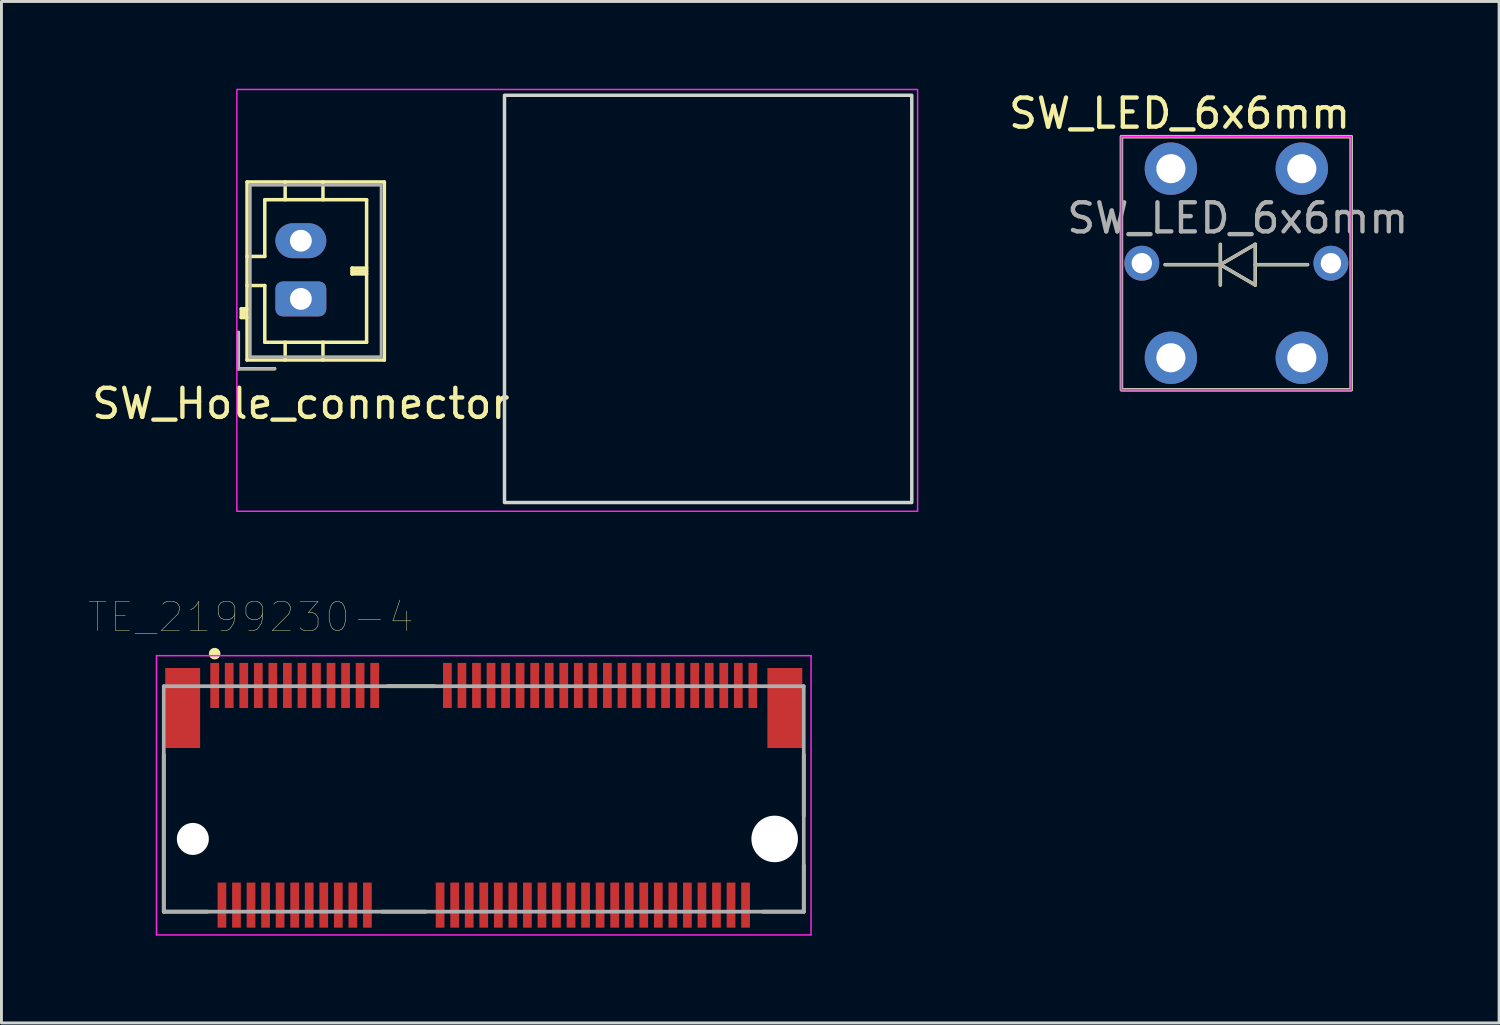
<source format=kicad_pcb>
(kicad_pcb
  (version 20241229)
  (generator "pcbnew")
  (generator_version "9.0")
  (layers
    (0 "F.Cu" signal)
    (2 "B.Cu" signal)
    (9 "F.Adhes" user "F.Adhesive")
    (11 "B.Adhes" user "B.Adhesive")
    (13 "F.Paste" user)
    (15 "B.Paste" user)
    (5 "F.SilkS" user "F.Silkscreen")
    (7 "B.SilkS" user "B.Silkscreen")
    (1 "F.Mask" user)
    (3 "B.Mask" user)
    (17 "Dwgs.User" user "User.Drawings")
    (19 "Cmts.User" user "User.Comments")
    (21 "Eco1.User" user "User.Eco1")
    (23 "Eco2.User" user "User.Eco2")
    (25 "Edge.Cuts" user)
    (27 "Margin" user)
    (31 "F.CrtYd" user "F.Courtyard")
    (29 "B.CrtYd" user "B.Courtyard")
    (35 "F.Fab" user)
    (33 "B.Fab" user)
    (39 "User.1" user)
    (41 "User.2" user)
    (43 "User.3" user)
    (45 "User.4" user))
  (footprint "SW_LED_6x6mm"
    (layer "F.Cu")
    (at 37.199 9.248)
    (property "Reference" "SW_LED_6x6mm" (at 0.3 -8.4 0) (unlocked yes) (layer "F.SilkS") (effects (font (size 1 1) (thickness 0.15))))
    (attr through_hole)
    (fp_line (start -0.2 -3.2) (end 1.7 -3.2) (stroke (width 0.12) (type solid)) (layer "F.SilkS"))
    (fp_line (start 1.7 -3.9) (end 1.7 -2.5) (stroke (width 0.12) (type solid)) (layer "F.SilkS"))
    (fp_line (start 1.7 -3.2) (end 2.9 -3.9) (stroke (width 0.12) (type solid)) (layer "F.SilkS"))
    (fp_line (start 2.9 -3.9) (end 2.9 -2.5) (stroke (width 0.12) (type solid)) (layer "F.SilkS"))
    (fp_line (start 2.9 -3.2) (end 4.7 -3.2) (stroke (width 0.12) (type solid)) (layer "F.SilkS"))
    (fp_line (start 2.9 -2.5) (end 1.7 -3.2) (stroke (width 0.12) (type solid)) (layer "F.SilkS"))
    (fp_rect (start -1.7 -7.6) (end 6.2 1.1) (stroke (width 0.12) (type solid)) (fill no) (layer "F.SilkS"))
    (fp_rect (start -1.7 1.1) (end 6.2 -7.6) (stroke (width 0.05) (type solid)) (fill no) (layer "F.CrtYd"))
    (fp_line (start 1.7 -3.9) (end 1.7 -2.5) (stroke (width 0.1) (type solid)) (layer "F.Fab"))
    (fp_line (start 1.7 -3.2) (end -0.2 -3.2) (stroke (width 0.1) (type solid)) (layer "F.Fab"))
    (fp_line (start 1.7 -3.2) (end 2.9 -2.5) (stroke (width 0.1) (type solid)) (layer "F.Fab"))
    (fp_line (start 2.9 -3.9) (end 1.7 -3.2) (stroke (width 0.1) (type solid)) (layer "F.Fab"))
    (fp_line (start 2.9 -3.2) (end 4.7 -3.2) (stroke (width 0.1) (type solid)) (layer "F.Fab"))
    (fp_line (start 2.9 -2.5) (end 2.9 -3.9) (stroke (width 0.1) (type solid)) (layer "F.Fab"))
    (fp_rect (start -1.7 -7.6) (end 6.2 1.1) (stroke (width 0.1) (type solid)) (fill no) (layer "F.Fab"))
    (fp_text user "${REFERENCE}" (at 2.3 -4.8 0) (unlocked yes) (layer "F.Fab") (effects (font (size 1 1) (thickness 0.15))))
    (pad "1" thru_hole circle (at 0 0) (size 1.8 1.8) (drill 1) (layers "*.Cu" "*.Mask"))
    (pad "1" thru_hole circle (at 4.5 0) (size 1.8 1.8) (drill 1) (layers "*.Cu" "*.Mask"))
    (pad "2" thru_hole circle (at 0 -6.5) (size 1.8 1.8) (drill 1) (layers "*.Cu" "*.Mask"))
    (pad "2" thru_hole circle (at 4.5 -6.5) (size 1.8 1.8) (drill 1) (layers "*.Cu" "*.Mask"))
    (pad "3" thru_hole circle (at -1 -3.25) (size 1.2 1.2) (drill 0.7) (layers "*.Cu" "*.Mask"))
    (pad "4" thru_hole circle (at 5.5 -3.25) (size 1.2 1.2) (drill 0.7) (layers "*.Cu" "*.Mask")))
  (footprint "SW_Hole_connector"
    (layer "F.Cu")
    (at 7.292 7.225)
    (property "Reference" "SW_Hole_connector" (at 0 3.6 0) (unlocked yes) (layer "F.SilkS") (effects (font (size 1 1) (thickness 0.15))))
    (attr through_hole)
    (fp_line (start -2.15 1.15) (end -2.15 2.4) (stroke (width 0.12) (type solid)) (layer "F.SilkS"))
    (fp_line (start -2.15 2.4) (end -0.9 2.4) (stroke (width 0.12) (type solid)) (layer "F.SilkS"))
    (fp_line (start -2.05 0.34) (end -2.05 0.64) (stroke (width 0.12) (type solid)) (layer "F.SilkS"))
    (fp_line (start -2.05 0.64) (end -1.85 0.64) (stroke (width 0.12) (type solid)) (layer "F.SilkS"))
    (fp_line (start -1.95 0.34) (end -1.95 0.64) (stroke (width 0.12) (type solid)) (layer "F.SilkS"))
    (fp_line (start -1.85 -4.02) (end -1.85 2.1) (stroke (width 0.12) (type solid)) (layer "F.SilkS"))
    (fp_line (start -1.85 -0.46) (end -1.24 -0.46) (stroke (width 0.12) (type solid)) (layer "F.SilkS"))
    (fp_line (start -1.85 0.34) (end -2.05 0.34) (stroke (width 0.12) (type solid)) (layer "F.SilkS"))
    (fp_line (start -1.85 2.1) (end 2.87 2.1) (stroke (width 0.12) (type solid)) (layer "F.SilkS"))
    (fp_line (start -1.24 -3.41) (end -1.24 -1.46) (stroke (width 0.12) (type solid)) (layer "F.SilkS"))
    (fp_line (start -1.24 -1.46) (end -1.85 -1.46) (stroke (width 0.12) (type solid)) (layer "F.SilkS"))
    (fp_line (start -1.24 -0.46) (end -1.24 1.49) (stroke (width 0.12) (type solid)) (layer "F.SilkS"))
    (fp_line (start -1.24 1.49) (end 2.26 1.49) (stroke (width 0.12) (type solid)) (layer "F.SilkS"))
    (fp_line (start -0.54 -4.02) (end -0.54 -3.41) (stroke (width 0.12) (type solid)) (layer "F.SilkS"))
    (fp_line (start -0.54 2.1) (end -0.54 1.49) (stroke (width 0.12) (type solid)) (layer "F.SilkS"))
    (fp_line (start 0.76 -4.02) (end 0.76 -3.41) (stroke (width 0.12) (type solid)) (layer "F.SilkS"))
    (fp_line (start 0.76 2.1) (end 0.76 1.49) (stroke (width 0.12) (type solid)) (layer "F.SilkS"))
    (fp_line (start 1.76 -1.06) (end 2.26 -1.06) (stroke (width 0.12) (type solid)) (layer "F.SilkS"))
    (fp_line (start 1.76 -0.86) (end 1.76 -1.06) (stroke (width 0.12) (type solid)) (layer "F.SilkS"))
    (fp_line (start 2.26 -3.41) (end -1.24 -3.41) (stroke (width 0.12) (type solid)) (layer "F.SilkS"))
    (fp_line (start 2.26 -0.96) (end 1.76 -0.96) (stroke (width 0.12) (type solid)) (layer "F.SilkS"))
    (fp_line (start 2.26 -0.86) (end 1.76 -0.86) (stroke (width 0.12) (type solid)) (layer "F.SilkS"))
    (fp_line (start 2.26 1.49) (end 2.26 -3.41) (stroke (width 0.12) (type solid)) (layer "F.SilkS"))
    (fp_line (start 2.87 -4.02) (end -1.85 -4.02) (stroke (width 0.12) (type solid)) (layer "F.SilkS"))
    (fp_line (start 2.87 2.1) (end 2.87 -4.02) (stroke (width 0.12) (type solid)) (layer "F.SilkS"))
    (fp_rect (start 7 7) (end 21 -7) (stroke (width 0.12) (type solid)) (fill no) (layer "Edge.Cuts"))
    (fp_rect (start 21.2 7.3) (end -2.2 -7.2) (stroke (width 0.05) (type solid)) (fill no) (layer "F.CrtYd"))
    (fp_line (start -2.15 1.15) (end -2.15 2.4) (stroke (width 0.1) (type solid)) (layer "F.Fab"))
    (fp_line (start -2.15 2.4) (end -0.9 2.4) (stroke (width 0.1) (type solid)) (layer "F.Fab"))
    (fp_line (start -1.74 -3.91) (end -1.74 1.99) (stroke (width 0.1) (type solid)) (layer "F.Fab"))
    (fp_line (start -1.74 1.99) (end 2.76 1.99) (stroke (width 0.1) (type solid)) (layer "F.Fab"))
    (fp_line (start 2.76 -3.91) (end -1.74 -3.91) (stroke (width 0.1) (type solid)) (layer "F.Fab"))
    (fp_line (start 2.76 1.99) (end 2.76 -3.91) (stroke (width 0.1) (type solid)) (layer "F.Fab"))
    (pad "1" thru_hole roundrect (at 0 0 90) (size 1.2 1.75) (drill 0.75) (layers "*.Cu" "*.Mask") (roundrect_rratio 0.208))
    (pad "2" thru_hole oval (at 0 -2 90) (size 1.2 1.75) (drill 0.75) (layers "*.Cu" "*.Mask")))
  (footprint "TE_2199230-4"
    (layer "F.Cu")
    (at 13.579 24.413)
    (property "Reference" "TE_2199230-4" (at -8.008 -6.251 0) (layer "F.SilkS") (effects (font (size 1.001 1.001) (thickness 0.015))))
    (attr through_hole)
    (fp_line (start -11 -1.525) (end -11 3.875) (stroke (width 0.127) (type solid)) (layer "F.SilkS"))
    (fp_line (start -11 3.875) (end -9.5 3.875) (stroke (width 0.127) (type solid)) (layer "F.SilkS"))
    (fp_line (start -3.5 3.875) (end -2 3.875) (stroke (width 0.127) (type solid)) (layer "F.SilkS"))
    (fp_line (start -3.3 -3.875) (end -1.7 -3.875) (stroke (width 0.127) (type solid)) (layer "F.SilkS"))
    (fp_line (start 9.6 3.875) (end 11 3.875) (stroke (width 0.127) (type solid)) (layer "F.SilkS"))
    (fp_line (start 11 -1.525) (end 11 0.575) (stroke (width 0.127) (type solid)) (layer "F.SilkS"))
    (fp_line (start 11 3.875) (end 11 2.275) (stroke (width 0.127) (type solid)) (layer "F.SilkS"))
    (fp_circle (center -9.25 -4.994) (end -9.15 -4.994) (stroke (width 0.2) (type solid)) (fill no) (layer "F.SilkS"))
    (fp_line (start -11.25 -4.925) (end 11.25 -4.925) (stroke (width 0.05) (type solid)) (layer "F.CrtYd"))
    (fp_line (start -11.25 4.675) (end -11.25 -4.925) (stroke (width 0.05) (type solid)) (layer "F.CrtYd"))
    (fp_line (start 11.25 -4.925) (end 11.25 4.675) (stroke (width 0.05) (type solid)) (layer "F.CrtYd"))
    (fp_line (start 11.25 4.675) (end -11.25 4.675) (stroke (width 0.05) (type solid)) (layer "F.CrtYd"))
    (fp_line (start -11 -3.875) (end 11 -3.875) (stroke (width 0.127) (type solid)) (layer "F.Fab"))
    (fp_line (start -11 3.875) (end -11 -3.875) (stroke (width 0.127) (type solid)) (layer "F.Fab"))
    (fp_line (start 11 -3.875) (end 11 3.875) (stroke (width 0.127) (type solid)) (layer "F.Fab"))
    (fp_line (start 11 3.875) (end -11 3.875) (stroke (width 0.127) (type solid)) (layer "F.Fab"))
    (pad "" np_thru_hole circle (at -10 1.375) (size 1.1 1.1) (drill 1.1) (layers "*.Cu" "*.Mask"))
    (pad "" np_thru_hole circle (at 10 1.375) (size 1.6 1.6) (drill 1.6) (layers "*.Cu" "*.Mask"))
    (pad "1" smd rect (at -9.25 -3.9) (size 0.3 1.55) (layers "F.Cu" "F.Mask" "F.Paste"))
    (pad "2" smd rect (at -9 3.65) (size 0.3 1.55) (layers "F.Cu" "F.Mask" "F.Paste"))
    (pad "3" smd rect (at -8.75 -3.9) (size 0.3 1.55) (layers "F.Cu" "F.Mask" "F.Paste"))
    (pad "4" smd rect (at -8.5 3.65) (size 0.3 1.55) (layers "F.Cu" "F.Mask" "F.Paste"))
    (pad "5" smd rect (at -8.25 -3.9) (size 0.3 1.55) (layers "F.Cu" "F.Mask" "F.Paste"))
    (pad "6" smd rect (at -8 3.65) (size 0.3 1.55) (layers "F.Cu" "F.Mask" "F.Paste"))
    (pad "7" smd rect (at -7.75 -3.9) (size 0.3 1.55) (layers "F.Cu" "F.Mask" "F.Paste"))
    (pad "8" smd rect (at -7.5 3.65) (size 0.3 1.55) (layers "F.Cu" "F.Mask" "F.Paste"))
    (pad "9" smd rect (at -7.25 -3.9) (size 0.3 1.55) (layers "F.Cu" "F.Mask" "F.Paste"))
    (pad "10" smd rect (at -7 3.65) (size 0.3 1.55) (layers "F.Cu" "F.Mask" "F.Paste"))
    (pad "11" smd rect (at -6.75 -3.9) (size 0.3 1.55) (layers "F.Cu" "F.Mask" "F.Paste"))
    (pad "12" smd rect (at -6.5 3.65) (size 0.3 1.55) (layers "F.Cu" "F.Mask" "F.Paste"))
    (pad "13" smd rect (at -6.25 -3.9) (size 0.3 1.55) (layers "F.Cu" "F.Mask" "F.Paste"))
    (pad "14" smd rect (at -6 3.65) (size 0.3 1.55) (layers "F.Cu" "F.Mask" "F.Paste"))
    (pad "15" smd rect (at -5.75 -3.9) (size 0.3 1.55) (layers "F.Cu" "F.Mask" "F.Paste"))
    (pad "16" smd rect (at -5.5 3.65) (size 0.3 1.55) (layers "F.Cu" "F.Mask" "F.Paste"))
    (pad "17" smd rect (at -5.25 -3.9) (size 0.3 1.55) (layers "F.Cu" "F.Mask" "F.Paste"))
    (pad "18" smd rect (at -5 3.65) (size 0.3 1.55) (layers "F.Cu" "F.Mask" "F.Paste"))
    (pad "19" smd rect (at -4.75 -3.9) (size 0.3 1.55) (layers "F.Cu" "F.Mask" "F.Paste"))
    (pad "20" smd rect (at -4.5 3.65) (size 0.3 1.55) (layers "F.Cu" "F.Mask" "F.Paste"))
    (pad "21" smd rect (at -4.25 -3.9) (size 0.3 1.55) (layers "F.Cu" "F.Mask" "F.Paste"))
    (pad "22" smd rect (at -4 3.65) (size 0.3 1.55) (layers "F.Cu" "F.Mask" "F.Paste"))
    (pad "23" smd rect (at -3.75 -3.9) (size 0.3 1.55) (layers "F.Cu" "F.Mask" "F.Paste"))
    (pad "32" smd rect (at -1.5 3.65) (size 0.3 1.55) (layers "F.Cu" "F.Mask" "F.Paste"))
    (pad "33" smd rect (at -1.25 -3.9) (size 0.3 1.55) (layers "F.Cu" "F.Mask" "F.Paste"))
    (pad "34" smd rect (at -1 3.65) (size 0.3 1.55) (layers "F.Cu" "F.Mask" "F.Paste"))
    (pad "35" smd rect (at -0.75 -3.9) (size 0.3 1.55) (layers "F.Cu" "F.Mask" "F.Paste"))
    (pad "36" smd rect (at -0.5 3.65) (size 0.3 1.55) (layers "F.Cu" "F.Mask" "F.Paste"))
    (pad "37" smd rect (at -0.25 -3.9) (size 0.3 1.55) (layers "F.Cu" "F.Mask" "F.Paste"))
    (pad "38" smd rect (at 0 3.65) (size 0.3 1.55) (layers "F.Cu" "F.Mask" "F.Paste"))
    (pad "39" smd rect (at 0.25 -3.9) (size 0.3 1.55) (layers "F.Cu" "F.Mask" "F.Paste"))
    (pad "40" smd rect (at 0.5 3.65) (size 0.3 1.55) (layers "F.Cu" "F.Mask" "F.Paste"))
    (pad "41" smd rect (at 0.75 -3.9) (size 0.3 1.55) (layers "F.Cu" "F.Mask" "F.Paste"))
    (pad "42" smd rect (at 1 3.65) (size 0.3 1.55) (layers "F.Cu" "F.Mask" "F.Paste"))
    (pad "43" smd rect (at 1.25 -3.9) (size 0.3 1.55) (layers "F.Cu" "F.Mask" "F.Paste"))
    (pad "44" smd rect (at 1.5 3.65) (size 0.3 1.55) (layers "F.Cu" "F.Mask" "F.Paste"))
    (pad "45" smd rect (at 1.75 -3.9) (size 0.3 1.55) (layers "F.Cu" "F.Mask" "F.Paste"))
    (pad "46" smd rect (at 2 3.65) (size 0.3 1.55) (layers "F.Cu" "F.Mask" "F.Paste"))
    (pad "47" smd rect (at 2.25 -3.9) (size 0.3 1.55) (layers "F.Cu" "F.Mask" "F.Paste"))
    (pad "48" smd rect (at 2.5 3.65) (size 0.3 1.55) (layers "F.Cu" "F.Mask" "F.Paste"))
    (pad "49" smd rect (at 2.75 -3.9) (size 0.3 1.55) (layers "F.Cu" "F.Mask" "F.Paste"))
    (pad "50" smd rect (at 3 3.65) (size 0.3 1.55) (layers "F.Cu" "F.Mask" "F.Paste"))
    (pad "51" smd rect (at 3.25 -3.9) (size 0.3 1.55) (layers "F.Cu" "F.Mask" "F.Paste"))
    (pad "52" smd rect (at 3.5 3.65) (size 0.3 1.55) (layers "F.Cu" "F.Mask" "F.Paste"))
    (pad "53" smd rect (at 3.75 -3.9) (size 0.3 1.55) (layers "F.Cu" "F.Mask" "F.Paste"))
    (pad "54" smd rect (at 4 3.65) (size 0.3 1.55) (layers "F.Cu" "F.Mask" "F.Paste"))
    (pad "55" smd rect (at 4.25 -3.9) (size 0.3 1.55) (layers "F.Cu" "F.Mask" "F.Paste"))
    (pad "56" smd rect (at 4.5 3.65) (size 0.3 1.55) (layers "F.Cu" "F.Mask" "F.Paste"))
    (pad "57" smd rect (at 4.75 -3.9) (size 0.3 1.55) (layers "F.Cu" "F.Mask" "F.Paste"))
    (pad "58" smd rect (at 5 3.65) (size 0.3 1.55) (layers "F.Cu" "F.Mask" "F.Paste"))
    (pad "59" smd rect (at 5.25 -3.9) (size 0.3 1.55) (layers "F.Cu" "F.Mask" "F.Paste"))
    (pad "60" smd rect (at 5.5 3.65) (size 0.3 1.55) (layers "F.Cu" "F.Mask" "F.Paste"))
    (pad "61" smd rect (at 5.75 -3.9) (size 0.3 1.55) (layers "F.Cu" "F.Mask" "F.Paste"))
    (pad "62" smd rect (at 6 3.65) (size 0.3 1.55) (layers "F.Cu" "F.Mask" "F.Paste"))
    (pad "63" smd rect (at 6.25 -3.9) (size 0.3 1.55) (layers "F.Cu" "F.Mask" "F.Paste"))
    (pad "64" smd rect (at 6.5 3.65) (size 0.3 1.55) (layers "F.Cu" "F.Mask" "F.Paste"))
    (pad "65" smd rect (at 6.75 -3.9) (size 0.3 1.55) (layers "F.Cu" "F.Mask" "F.Paste"))
    (pad "66" smd rect (at 7 3.65) (size 0.3 1.55) (layers "F.Cu" "F.Mask" "F.Paste"))
    (pad "67" smd rect (at 7.25 -3.9) (size 0.3 1.55) (layers "F.Cu" "F.Mask" "F.Paste"))
    (pad "68" smd rect (at 7.5 3.65) (size 0.3 1.55) (layers "F.Cu" "F.Mask" "F.Paste"))
    (pad "69" smd rect (at 7.75 -3.9) (size 0.3 1.55) (layers "F.Cu" "F.Mask" "F.Paste"))
    (pad "70" smd rect (at 8 3.65) (size 0.3 1.55) (layers "F.Cu" "F.Mask" "F.Paste"))
    (pad "71" smd rect (at 8.25 -3.9) (size 0.3 1.55) (layers "F.Cu" "F.Mask" "F.Paste"))
    (pad "72" smd rect (at 8.5 3.65) (size 0.3 1.55) (layers "F.Cu" "F.Mask" "F.Paste"))
    (pad "73" smd rect (at 8.75 -3.9) (size 0.3 1.55) (layers "F.Cu" "F.Mask" "F.Paste"))
    (pad "74" smd rect (at 9 3.65) (size 0.3 1.55) (layers "F.Cu" "F.Mask" "F.Paste"))
    (pad "75" smd rect (at 9.25 -3.9) (size 0.3 1.55) (layers "F.Cu" "F.Mask" "F.Paste"))
    (pad "S1" smd rect (at -10.35 -3.125) (size 1.2 2.75) (layers "F.Cu" "F.Mask" "F.Paste"))
    (pad "S2" smd rect (at 10.35 -3.125) (size 1.2 2.75) (layers "F.Cu" "F.Mask" "F.Paste")))
  (gr_rect
    (start -3 -3)
    (end 48.481 32.113)
    (stroke (width 0.1) (type default))
    (fill no)
    (layer "Edge.Cuts")))
</source>
